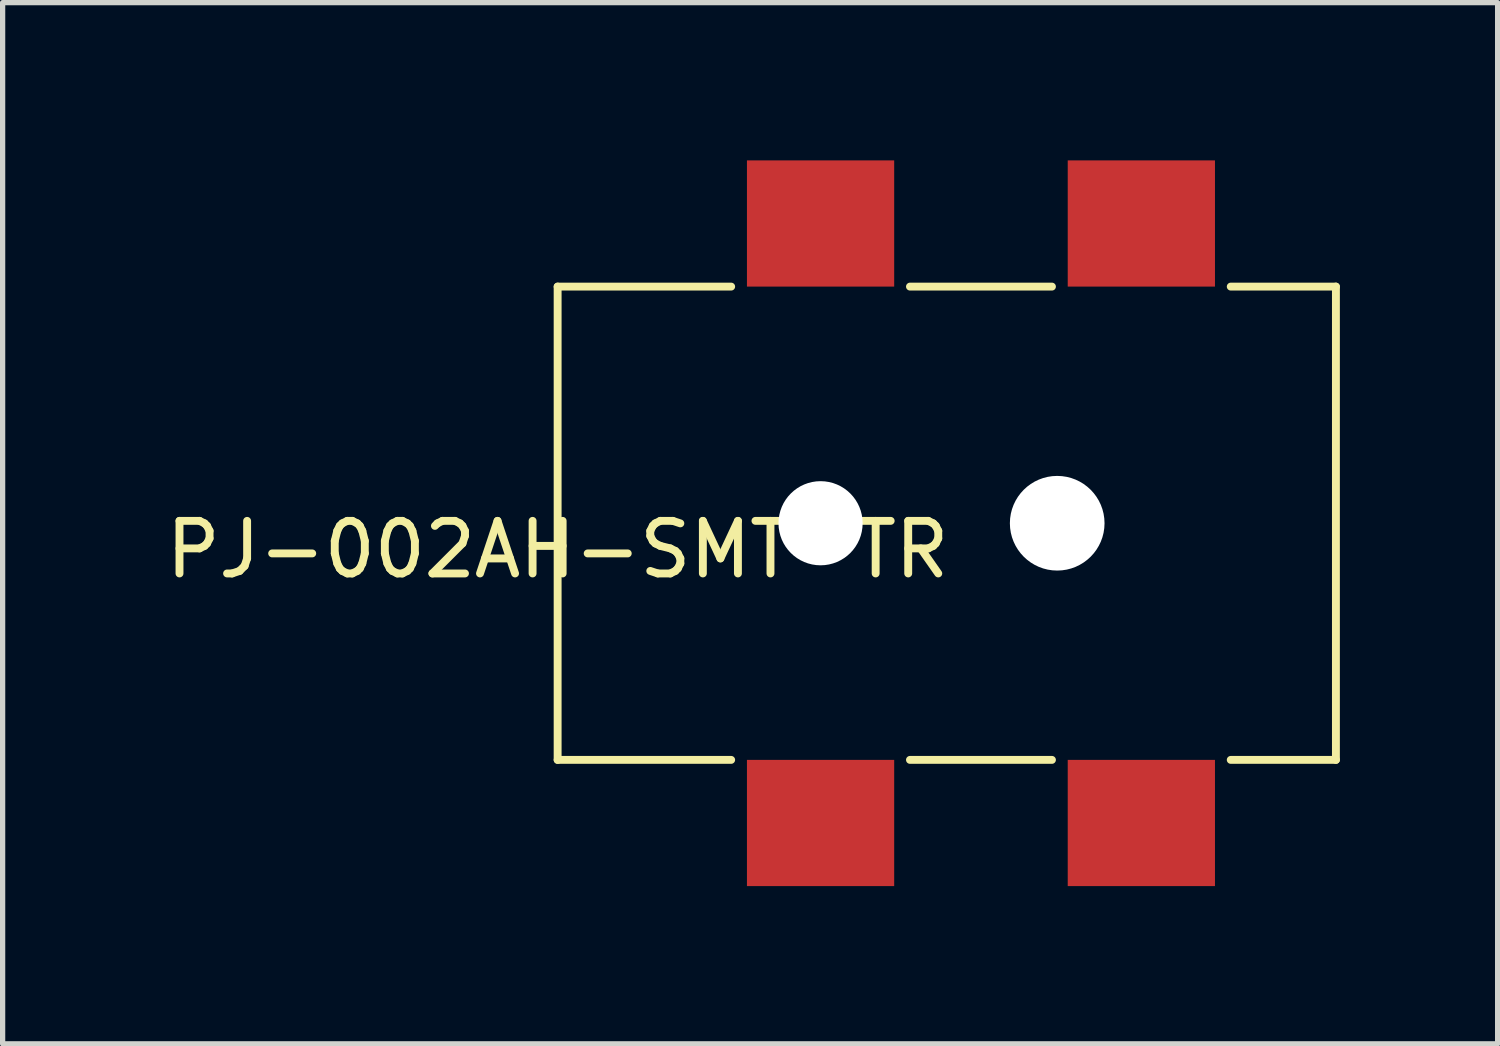
<source format=kicad_pcb>
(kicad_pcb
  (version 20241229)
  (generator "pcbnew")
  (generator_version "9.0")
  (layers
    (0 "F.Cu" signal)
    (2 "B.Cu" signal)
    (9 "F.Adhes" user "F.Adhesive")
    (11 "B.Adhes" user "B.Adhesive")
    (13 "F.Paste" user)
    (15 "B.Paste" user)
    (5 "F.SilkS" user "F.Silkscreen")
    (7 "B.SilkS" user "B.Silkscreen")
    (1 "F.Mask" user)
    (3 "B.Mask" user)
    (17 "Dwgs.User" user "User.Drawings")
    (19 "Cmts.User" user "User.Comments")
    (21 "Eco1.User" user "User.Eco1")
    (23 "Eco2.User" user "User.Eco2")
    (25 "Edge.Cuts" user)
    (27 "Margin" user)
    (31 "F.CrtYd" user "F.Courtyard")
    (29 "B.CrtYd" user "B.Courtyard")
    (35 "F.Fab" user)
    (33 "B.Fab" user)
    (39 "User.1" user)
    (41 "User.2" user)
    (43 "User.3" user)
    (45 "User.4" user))
  (footprint "PJ-002AH-SMT-TR"
    (layer "F.Cu")
    (at 7.554 6.9)
    (property "Reference" "PJ-002AH-SMT-TR" (at 0 0.5 0) (layer "F.SilkS") (effects (font (size 1 1) (thickness 0.15))))
    (attr through_hole)
    (fp_line (start 0 -4.5) (end 0 4.5) (stroke (width 0.15) (type solid)) (layer "F.SilkS"))
    (fp_line (start 0 -4.5) (end 3.3 -4.5) (stroke (width 0.15) (type solid)) (layer "F.SilkS"))
    (fp_line (start 0 4.5) (end 3.3 4.5) (stroke (width 0.15) (type solid)) (layer "F.SilkS"))
    (fp_line (start 6.7 -4.5) (end 9.4 -4.5) (stroke (width 0.15) (type solid)) (layer "F.SilkS"))
    (fp_line (start 6.7 4.5) (end 9.4 4.5) (stroke (width 0.15) (type solid)) (layer "F.SilkS"))
    (fp_line (start 14.8 -4.5) (end 12.8 -4.5) (stroke (width 0.15) (type solid)) (layer "F.SilkS"))
    (fp_line (start 14.8 -4.5) (end 14.8 4.5) (stroke (width 0.15) (type solid)) (layer "F.SilkS"))
    (fp_line (start 14.8 4.5) (end 12.8 4.5) (stroke (width 0.15) (type solid)) (layer "F.SilkS"))
    (pad "" np_thru_hole circle (at 5 0) (size 1.6 1.6) (drill 1.6) (layers "*.Cu" "*.Mask"))
    (pad "" np_thru_hole circle (at 9.5 0) (size 1.8 1.8) (drill 1.8) (layers "*.Cu" "*.Mask"))
    (pad "1" smd rect (at 5 -5.7) (size 2.8 2.4) (layers "F.Cu" "F.Mask" "F.Paste"))
    (pad "1" smd rect (at 11.1 -5.7) (size 2.8 2.4) (layers "F.Cu" "F.Mask" "F.Paste"))
    (pad "2" smd rect (at 5 5.7) (size 2.8 2.4) (layers "F.Cu" "F.Mask" "F.Paste"))
    (pad "3" smd rect (at 11.1 5.7) (size 2.8 2.4) (layers "F.Cu" "F.Mask" "F.Paste")))
  (gr_rect
    (start -3 -3)
    (end 25.429 16.8)
    (stroke (width 0.1) (type default))
    (fill no)
    (layer "Edge.Cuts")))
</source>
